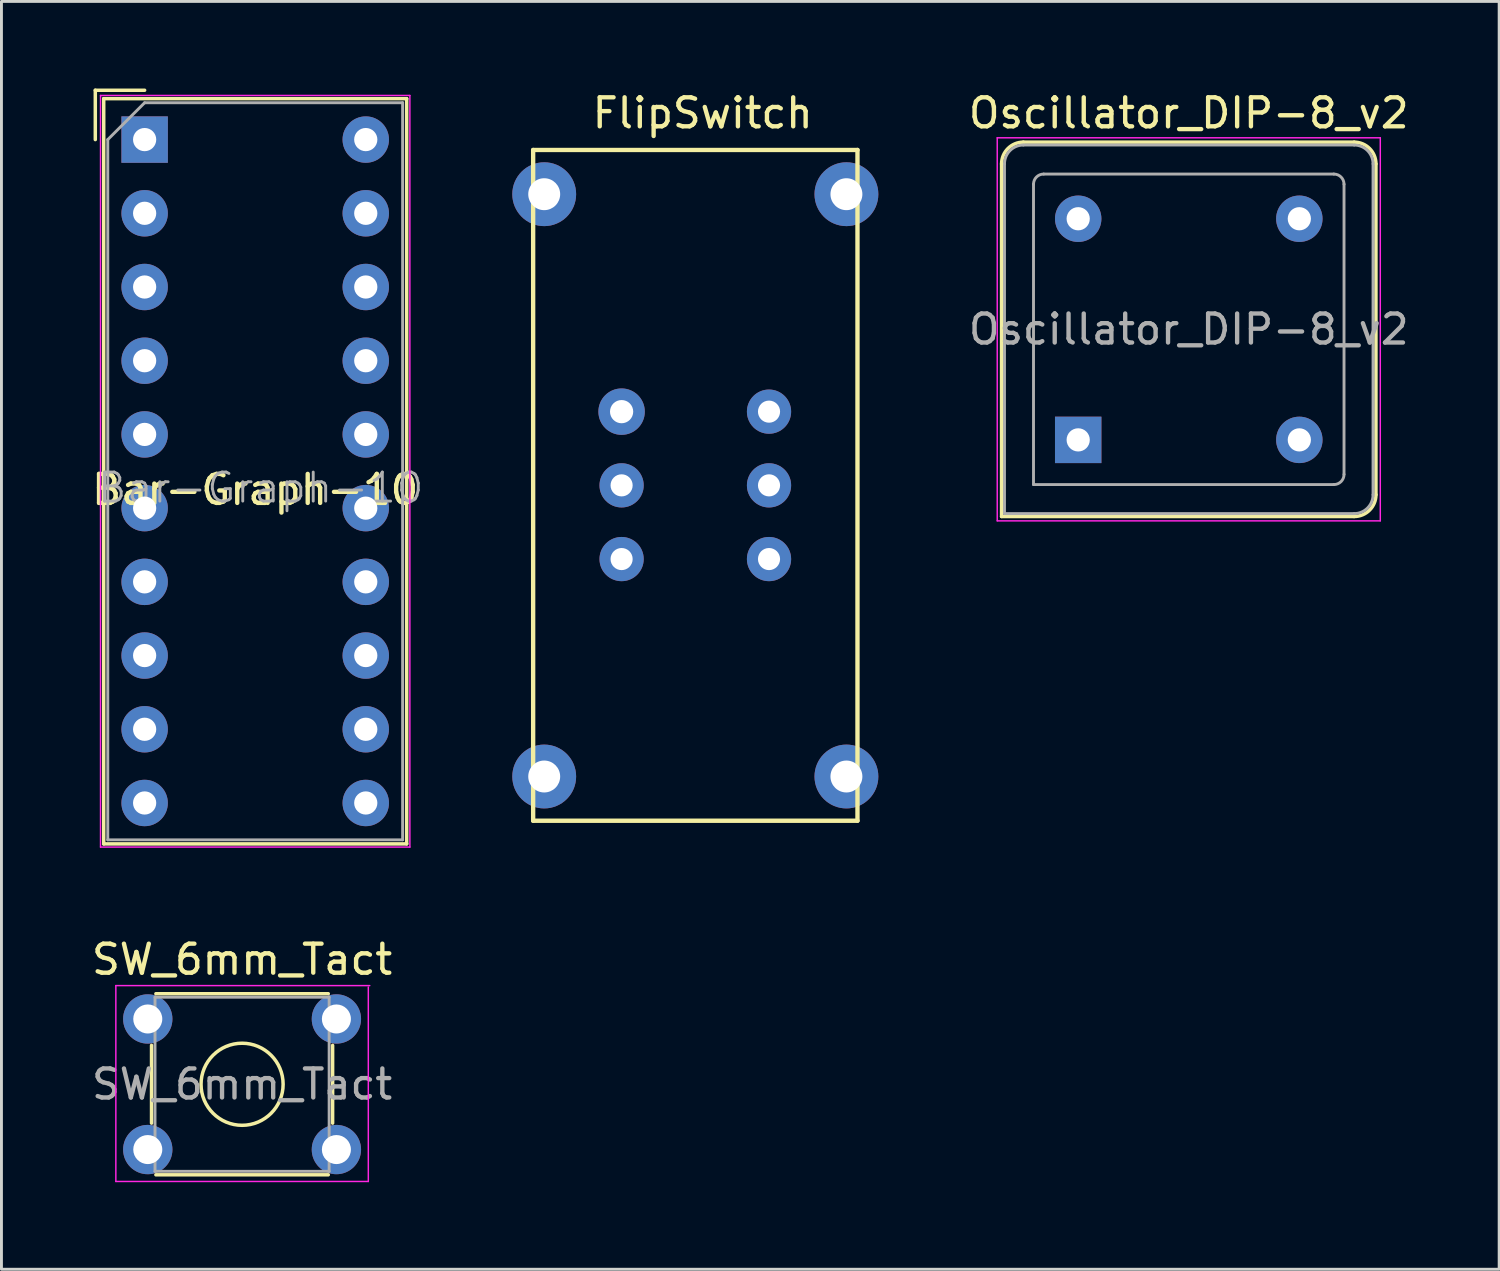
<source format=kicad_pcb>
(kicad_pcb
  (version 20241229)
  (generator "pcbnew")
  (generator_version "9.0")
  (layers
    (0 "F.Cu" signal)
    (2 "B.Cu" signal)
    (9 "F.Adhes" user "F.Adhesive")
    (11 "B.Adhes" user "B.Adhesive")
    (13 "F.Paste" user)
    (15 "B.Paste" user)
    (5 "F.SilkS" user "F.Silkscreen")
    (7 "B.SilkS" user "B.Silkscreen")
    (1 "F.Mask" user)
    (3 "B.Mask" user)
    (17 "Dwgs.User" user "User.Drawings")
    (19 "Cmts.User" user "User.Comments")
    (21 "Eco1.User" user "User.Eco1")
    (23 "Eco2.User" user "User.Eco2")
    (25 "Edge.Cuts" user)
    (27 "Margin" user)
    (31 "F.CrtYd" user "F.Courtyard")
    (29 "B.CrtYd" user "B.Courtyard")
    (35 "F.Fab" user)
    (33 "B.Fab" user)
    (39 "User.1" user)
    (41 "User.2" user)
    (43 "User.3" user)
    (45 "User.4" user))
  (footprint "Oscillator_DIP-8_v2"
    (layer "F.Cu")
    (at 34.104 12.108)
    (property "Reference" "Oscillator_DIP-8_v2" (at 3.81 -11.26 0) (layer "F.SilkS") (effects (font (size 1 1) (thickness 0.15))))
    (attr through_hole)
    (fp_line (start -2.64 -9.51) (end -2.64 2.64) (stroke (width 0.12) (type solid)) (layer "F.SilkS"))
    (fp_line (start -2.64 2.64) (end 9.51 2.64) (stroke (width 0.12) (type solid)) (layer "F.SilkS"))
    (fp_line (start 9.51 -10.26) (end -1.89 -10.26) (stroke (width 0.12) (type solid)) (layer "F.SilkS"))
    (fp_line (start 10.26 1.89) (end 10.26 -9.51) (stroke (width 0.12) (type solid)) (layer "F.SilkS"))
    (fp_arc (start -2.64 -9.51) (mid -2.42033 -10.04033) (end -1.89 -10.26) (stroke (width 0.12) (type solid)) (layer "F.SilkS"))
    (fp_arc (start 9.51 -10.26) (mid 10.04033 -10.04033) (end 10.26 -9.51) (stroke (width 0.12) (type solid)) (layer "F.SilkS"))
    (fp_arc (start 10.26 1.89) (mid 10.04033 2.42033) (end 9.51 2.64) (stroke (width 0.12) (type solid)) (layer "F.SilkS"))
    (fp_line (start -2.79 -10.41) (end -2.79 2.79) (stroke (width 0.05) (type solid)) (layer "F.CrtYd"))
    (fp_line (start -2.79 2.79) (end 10.41 2.79) (stroke (width 0.05) (type solid)) (layer "F.CrtYd"))
    (fp_line (start 10.41 -10.41) (end -2.79 -10.41) (stroke (width 0.05) (type solid)) (layer "F.CrtYd"))
    (fp_line (start 10.41 2.79) (end 10.41 -10.41) (stroke (width 0.05) (type solid)) (layer "F.CrtYd"))
    (fp_line (start -2.54 2.54) (end -2.54 -9.51) (stroke (width 0.1) (type solid)) (layer "F.Fab"))
    (fp_line (start -2.54 2.54) (end 9.51 2.54) (stroke (width 0.1) (type solid)) (layer "F.Fab"))
    (fp_line (start -1.89 -10.16) (end 9.51 -10.16) (stroke (width 0.1) (type solid)) (layer "F.Fab"))
    (fp_line (start -1.54 1.54) (end -1.54 -8.81) (stroke (width 0.1) (type solid)) (layer "F.Fab"))
    (fp_line (start -1.54 1.54) (end 8.81 1.54) (stroke (width 0.1) (type solid)) (layer "F.Fab"))
    (fp_line (start -1.19 -9.16) (end 8.81 -9.16) (stroke (width 0.1) (type solid)) (layer "F.Fab"))
    (fp_line (start 9.16 1.19) (end 9.16 -8.81) (stroke (width 0.1) (type solid)) (layer "F.Fab"))
    (fp_line (start 10.16 -9.51) (end 10.16 1.89) (stroke (width 0.1) (type solid)) (layer "F.Fab"))
    (fp_arc (start -2.54 -9.51) (mid -2.349619 -9.969619) (end -1.89 -10.16) (stroke (width 0.1) (type solid)) (layer "F.Fab"))
    (fp_arc (start -1.54 -8.81) (mid -1.437487 -9.057487) (end -1.19 -9.16) (stroke (width 0.1) (type solid)) (layer "F.Fab"))
    (fp_arc (start 8.81 -9.16) (mid 9.057487 -9.057487) (end 9.16 -8.81) (stroke (width 0.1) (type solid)) (layer "F.Fab"))
    (fp_arc (start 9.16 1.19) (mid 9.057487 1.437487) (end 8.81 1.54) (stroke (width 0.1) (type solid)) (layer "F.Fab"))
    (fp_arc (start 9.51 -10.16) (mid 9.969619 -9.969619) (end 10.16 -9.51) (stroke (width 0.1) (type solid)) (layer "F.Fab"))
    (fp_arc (start 10.16 1.89) (mid 9.969619 2.349619) (end 9.51 2.54) (stroke (width 0.1) (type solid)) (layer "F.Fab"))
    (fp_text user "${REFERENCE}" (at 3.81 -3.81 0) (layer "F.Fab") (effects (font (size 1 1) (thickness 0.15))))
    (pad "1" thru_hole circle (at 0 -7.62) (size 1.6 1.6) (drill 0.8) (layers "*.Cu" "*.Mask"))
    (pad "2" thru_hole circle (at 7.62 0) (size 1.6 1.6) (drill 0.8) (layers "*.Cu" "*.Mask"))
    (pad "3" thru_hole circle (at 7.62 -7.62) (size 1.6 1.6) (drill 0.8) (layers "*.Cu" "*.Mask"))
    (pad "4" thru_hole rect (at 0 0) (size 1.6 1.6) (drill 0.8) (layers "*.Cu" "*.Mask")))
  (footprint "Bar-Graph-10"
    (layer "F.Cu")
    (at 1.934 1.76)
    (property "Reference" "Bar-Graph-10" (at 3.81 12.065 0) (layer "F.SilkS") (effects (font (size 1 1) (thickness 0.15))))
    (attr through_hole)
    (fp_line (start -1.7 -1.7) (end -1.7 0) (stroke (width 0.12) (type solid)) (layer "F.SilkS"))
    (fp_line (start -1.41 -1.41) (end 9.03 -1.41) (stroke (width 0.12) (type solid)) (layer "F.SilkS"))
    (fp_line (start -1.41 24.27) (end -1.41 -1.41) (stroke (width 0.12) (type solid)) (layer "F.SilkS"))
    (fp_line (start 0 -1.7) (end -1.7 -1.7) (stroke (width 0.12) (type solid)) (layer "F.SilkS"))
    (fp_line (start 9.03 -1.41) (end 9.03 24.27) (stroke (width 0.12) (type solid)) (layer "F.SilkS"))
    (fp_line (start 9.03 24.27) (end -1.41 24.27) (stroke (width 0.12) (type solid)) (layer "F.SilkS"))
    (fp_line (start -1.52 -1.52) (end -1.52 24.38) (stroke (width 0.05) (type solid)) (layer "F.CrtYd"))
    (fp_line (start -1.52 -1.52) (end 9.14 -1.52) (stroke (width 0.05) (type solid)) (layer "F.CrtYd"))
    (fp_line (start -1.52 24.38) (end 9.14 24.38) (stroke (width 0.05) (type solid)) (layer "F.CrtYd"))
    (fp_line (start 9.14 24.38) (end 9.14 -1.52) (stroke (width 0.05) (type solid)) (layer "F.CrtYd"))
    (fp_line (start -1.27 0) (end -1.27 24.13) (stroke (width 0.1) (type solid)) (layer "F.Fab"))
    (fp_line (start -1.27 24.13) (end 8.89 24.13) (stroke (width 0.1) (type solid)) (layer "F.Fab"))
    (fp_line (start 0 -1.27) (end -1.27 0) (stroke (width 0.1) (type solid)) (layer "F.Fab"))
    (fp_line (start 0 -1.27) (end 8.89 -1.27) (stroke (width 0.1) (type solid)) (layer "F.Fab"))
    (fp_line (start 8.89 -1.27) (end 8.89 24.13) (stroke (width 0.1) (type solid)) (layer "F.Fab"))
    (fp_text user "${REFERENCE}" (at 4 12 0) (layer "F.Fab") (effects (font (size 1 1) (thickness 0.1))))
    (pad "1" thru_hole rect (at 0 0 270) (size 1.6 1.6) (drill 0.8) (layers "*.Cu" "*.Mask"))
    (pad "2" thru_hole circle (at 0 2.54 270) (size 1.6 1.6) (drill 0.8) (layers "*.Cu" "*.Mask"))
    (pad "3" thru_hole circle (at 0 5.08 270) (size 1.6 1.6) (drill 0.8) (layers "*.Cu" "*.Mask"))
    (pad "4" thru_hole circle (at 0 7.62 270) (size 1.6 1.6) (drill 0.8) (layers "*.Cu" "*.Mask"))
    (pad "5" thru_hole circle (at 0 10.16 270) (size 1.6 1.6) (drill 0.8) (layers "*.Cu" "*.Mask"))
    (pad "6" thru_hole circle (at 0 12.7 270) (size 1.6 1.6) (drill 0.8) (layers "*.Cu" "*.Mask"))
    (pad "7" thru_hole circle (at 0 15.24 270) (size 1.6 1.6) (drill 0.8) (layers "*.Cu" "*.Mask"))
    (pad "8" thru_hole circle (at 0 17.78 270) (size 1.6 1.6) (drill 0.8) (layers "*.Cu" "*.Mask"))
    (pad "9" thru_hole circle (at 0 20.32 270) (size 1.6 1.6) (drill 0.8) (layers "*.Cu" "*.Mask"))
    (pad "10" thru_hole circle (at 0 22.86 270) (size 1.6 1.6) (drill 0.8) (layers "*.Cu" "*.Mask"))
    (pad "11" thru_hole circle (at 7.62 22.86 270) (size 1.6 1.6) (drill 0.8) (layers "*.Cu" "*.Mask"))
    (pad "12" thru_hole circle (at 7.62 20.32 270) (size 1.6 1.6) (drill 0.8) (layers "*.Cu" "*.Mask"))
    (pad "13" thru_hole circle (at 7.62 17.78 270) (size 1.6 1.6) (drill 0.8) (layers "*.Cu" "*.Mask"))
    (pad "14" thru_hole circle (at 7.62 15.24 270) (size 1.6 1.6) (drill 0.8) (layers "*.Cu" "*.Mask"))
    (pad "15" thru_hole circle (at 7.62 12.7 270) (size 1.6 1.6) (drill 0.8) (layers "*.Cu" "*.Mask"))
    (pad "16" thru_hole circle (at 7.62 10.16 270) (size 1.6 1.6) (drill 0.8) (layers "*.Cu" "*.Mask"))
    (pad "17" thru_hole circle (at 7.62 7.62 270) (size 1.6 1.6) (drill 0.8) (layers "*.Cu" "*.Mask"))
    (pad "18" thru_hole circle (at 7.62 5.08 270) (size 1.6 1.6) (drill 0.8) (layers "*.Cu" "*.Mask"))
    (pad "19" thru_hole circle (at 7.62 2.54 270) (size 1.6 1.6) (drill 0.8) (layers "*.Cu" "*.Mask"))
    (pad "20" thru_hole circle (at 7.62 0 270) (size 1.6 1.6) (drill 0.8) (layers "*.Cu" "*.Mask")))
  (footprint "FlipSwitch"
    (layer "F.Cu")
    (at 20.91 13.675)
    (property "Reference" "FlipSwitch" (at 0.254 -12.827 0) (layer "F.SilkS") (effects (font (size 1 1) (thickness 0.15))))
    (attr through_hole)
    (fp_line (start -5.588 -11.557) (end -5.588 11.557) (stroke (width 0.15) (type solid)) (layer "F.SilkS"))
    (fp_line (start -5.588 11.557) (end 5.588 11.557) (stroke (width 0.15) (type solid)) (layer "F.SilkS"))
    (fp_line (start 5.588 -11.557) (end -5.588 -11.557) (stroke (width 0.15) (type solid)) (layer "F.SilkS"))
    (fp_line (start 5.588 11.557) (end 5.588 -11.557) (stroke (width 0.15) (type solid)) (layer "F.SilkS"))
    (pad "" thru_hole circle (at -5.207 -10.033) (size 2.2 2.2) (drill 1.1) (layers "*.Cu" "*.Mask"))
    (pad "" thru_hole circle (at -5.207 10.033) (size 2.2 2.2) (drill 1.1) (layers "*.Cu" "*.Mask"))
    (pad "" thru_hole circle (at 5.207 -10.033) (size 2.2 2.2) (drill 1.1) (layers "*.Cu" "*.Mask"))
    (pad "" thru_hole circle (at 5.207 10.033) (size 2.2 2.2) (drill 1.1) (layers "*.Cu" "*.Mask"))
    (pad "1" thru_hole circle (at -2.54 -2.54) (size 1.6 1.6) (drill 0.8) (layers "*.Cu" "*.Mask"))
    (pad "2" thru_hole circle (at -2.54 0) (size 1.524 1.524) (drill 0.762) (layers "*.Cu" "*.Mask"))
    (pad "3" thru_hole circle (at -2.54 2.54) (size 1.524 1.524) (drill 0.762) (layers "*.Cu" "*.Mask"))
    (pad "4" thru_hole circle (at 2.54 -2.54) (size 1.524 1.524) (drill 0.762) (layers "*.Cu" "*.Mask"))
    (pad "5" thru_hole circle (at 2.54 0) (size 1.524 1.524) (drill 0.762) (layers "*.Cu" "*.Mask"))
    (pad "6" thru_hole circle (at 2.54 2.54) (size 1.524 1.524) (drill 0.762) (layers "*.Cu" "*.Mask")))
  (footprint "SW_6mm_Tact"
    (layer "F.Cu")
    (at 2.042 32.063)
    (property "Reference" "SW_6mm_Tact" (at 3.25 -2.05 0) (layer "F.SilkS") (effects (font (size 1 1) (thickness 0.15))))
    (attr through_hole)
    (fp_line (start 0.13 3.59) (end 0.13 0.91) (stroke (width 0.12) (type solid)) (layer "F.SilkS"))
    (fp_line (start 0.28 -0.87) (end 6.22 -0.87) (stroke (width 0.12) (type solid)) (layer "F.SilkS"))
    (fp_line (start 0.28 5.37) (end 6.22 5.37) (stroke (width 0.12) (type solid)) (layer "F.SilkS"))
    (fp_line (start 6.37 0.91) (end 6.37 3.59) (stroke (width 0.12) (type solid)) (layer "F.SilkS"))
    (fp_circle (center 3.25 2.25) (end 4.25 3.25) (stroke (width 0.12) (type solid)) (fill no) (layer "F.SilkS"))
    (fp_line (start -1.1 -1.15) (end -1.1 5.6) (stroke (width 0.05) (type solid)) (layer "F.CrtYd"))
    (fp_line (start -1.1 5.6) (end 7.6 5.6) (stroke (width 0.05) (type solid)) (layer "F.CrtYd"))
    (fp_line (start 7.6 5.6) (end 7.6 -1.1) (stroke (width 0.05) (type solid)) (layer "F.CrtYd"))
    (fp_line (start 7.65 -1.15) (end -1.1 -1.15) (stroke (width 0.05) (type solid)) (layer "F.CrtYd"))
    (fp_line (start 0.25 -0.75) (end 0.25 5.25) (stroke (width 0.1) (type solid)) (layer "F.Fab"))
    (fp_line (start 0.25 -0.75) (end 6.25 -0.75) (stroke (width 0.1) (type solid)) (layer "F.Fab"))
    (fp_line (start 0.25 5.25) (end 6.25 5.25) (stroke (width 0.1) (type solid)) (layer "F.Fab"))
    (fp_line (start 6.25 -0.75) (end 6.25 5.25) (stroke (width 0.1) (type solid)) (layer "F.Fab"))
    (fp_text user "${REFERENCE}" (at 3.25 2.25 0) (layer "F.Fab") (effects (font (size 1 1) (thickness 0.15))))
    (pad "1" thru_hole circle (at 0 0) (size 1.7 1.7) (drill 1) (layers "*.Cu" "*.Mask"))
    (pad "1" thru_hole circle (at 6.5 0) (size 1.7 1.7) (drill 1) (layers "*.Cu" "*.Mask"))
    (pad "2" thru_hole circle (at 0 4.5) (size 1.7 1.7) (drill 1) (layers "*.Cu" "*.Mask"))
    (pad "2" thru_hole circle (at 6.5 4.5) (size 1.7 1.7) (drill 1) (layers "*.Cu" "*.Mask")))
  (gr_rect
    (start -3 -3)
    (end 48.61 40.688)
    (stroke (width 0.1) (type default))
    (fill no)
    (layer "Edge.Cuts")))
</source>
